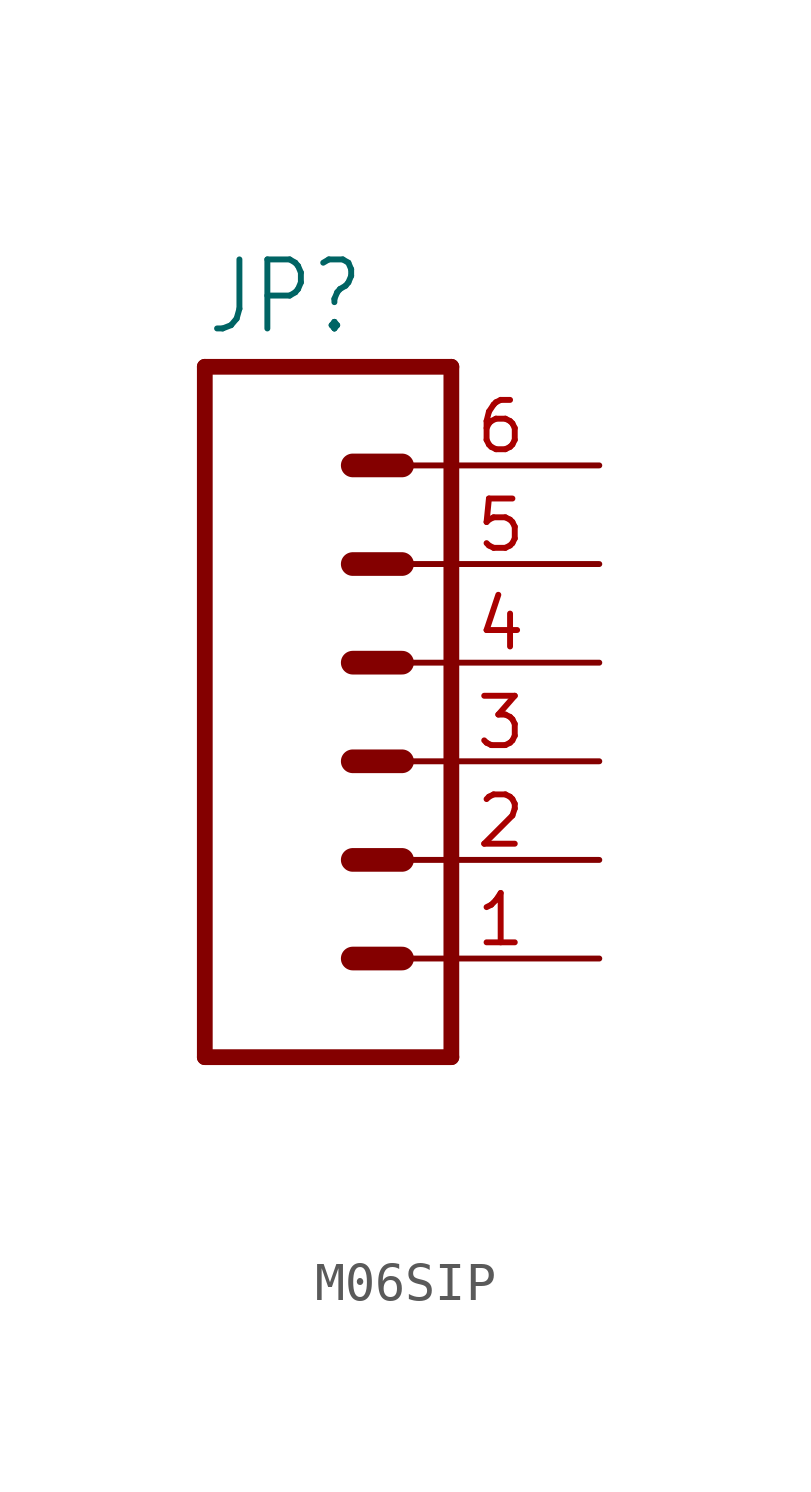
<source format=kicad_sym>
(kicad_symbol_lib
  (version 20220914)
  (generator kicad_symbol_editor)
  (symbol "M06SIP"
    (property "Reference" "JP"
      (at -5.08 10.922 0)
      (effects (font (size 1.778 1.511)) (justify left bottom)))
    (property "Value" ""
      (at -5.08 -10.16 0)
      (effects (font (size 1.778 1.511)) (justify left bottom)))
    (property "ki_locked" ""
      (at 0 0 0)
      (effects (font (size 1.27 1.27))))
    (symbol "M06SIP_1_0"
      (polyline (pts (xy -5.08 10.16) (xy -5.08 -7.62)) (stroke (width 0.406) (type solid)) (fill (type none)))
      (polyline (pts (xy -5.08 10.16) (xy 1.27 10.16)) (stroke (width 0.406) (type solid)) (fill (type none)))
      (polyline (pts (xy -1.27 -5.08) (xy 0 -5.08)) (stroke (width 0.61) (type solid)) (fill (type none)))
      (polyline (pts (xy -1.27 -2.54) (xy 0 -2.54)) (stroke (width 0.61) (type solid)) (fill (type none)))
      (polyline (pts (xy -1.27 0) (xy 0 0)) (stroke (width 0.61) (type solid)) (fill (type none)))
      (polyline (pts (xy -1.27 2.54) (xy 0 2.54)) (stroke (width 0.61) (type solid)) (fill (type none)))
      (polyline (pts (xy -1.27 5.08) (xy 0 5.08)) (stroke (width 0.61) (type solid)) (fill (type none)))
      (polyline (pts (xy -1.27 7.62) (xy 0 7.62)) (stroke (width 0.61) (type solid)) (fill (type none)))
      (polyline (pts (xy 1.27 -7.62) (xy -5.08 -7.62)) (stroke (width 0.406) (type solid)) (fill (type none)))
      (polyline (pts (xy 1.27 -7.62) (xy 1.27 10.16)) (stroke (width 0.406) (type solid)) (fill (type none)))
      (pin passive line (at 5.08 -5.08 180) (length 5.08) (name "1" (effects (font (size 0 0)))) (number "1" (effects (font (size 1.27 1.27)))))
      (pin passive line (at 5.08 -2.54 180) (length 5.08) (name "2" (effects (font (size 0 0)))) (number "2" (effects (font (size 1.27 1.27)))))
      (pin passive line (at 5.08 0 180) (length 5.08) (name "3" (effects (font (size 0 0)))) (number "3" (effects (font (size 1.27 1.27)))))
      (pin passive line (at 5.08 2.54 180) (length 5.08) (name "4" (effects (font (size 0 0)))) (number "4" (effects (font (size 1.27 1.27)))))
      (pin passive line (at 5.08 5.08 180) (length 5.08) (name "5" (effects (font (size 0 0)))) (number "5" (effects (font (size 1.27 1.27)))))
      (pin passive line (at 5.08 7.62 180) (length 5.08) (name "6" (effects (font (size 0 0)))) (number "6" (effects (font (size 1.27 1.27))))))))
</source>
